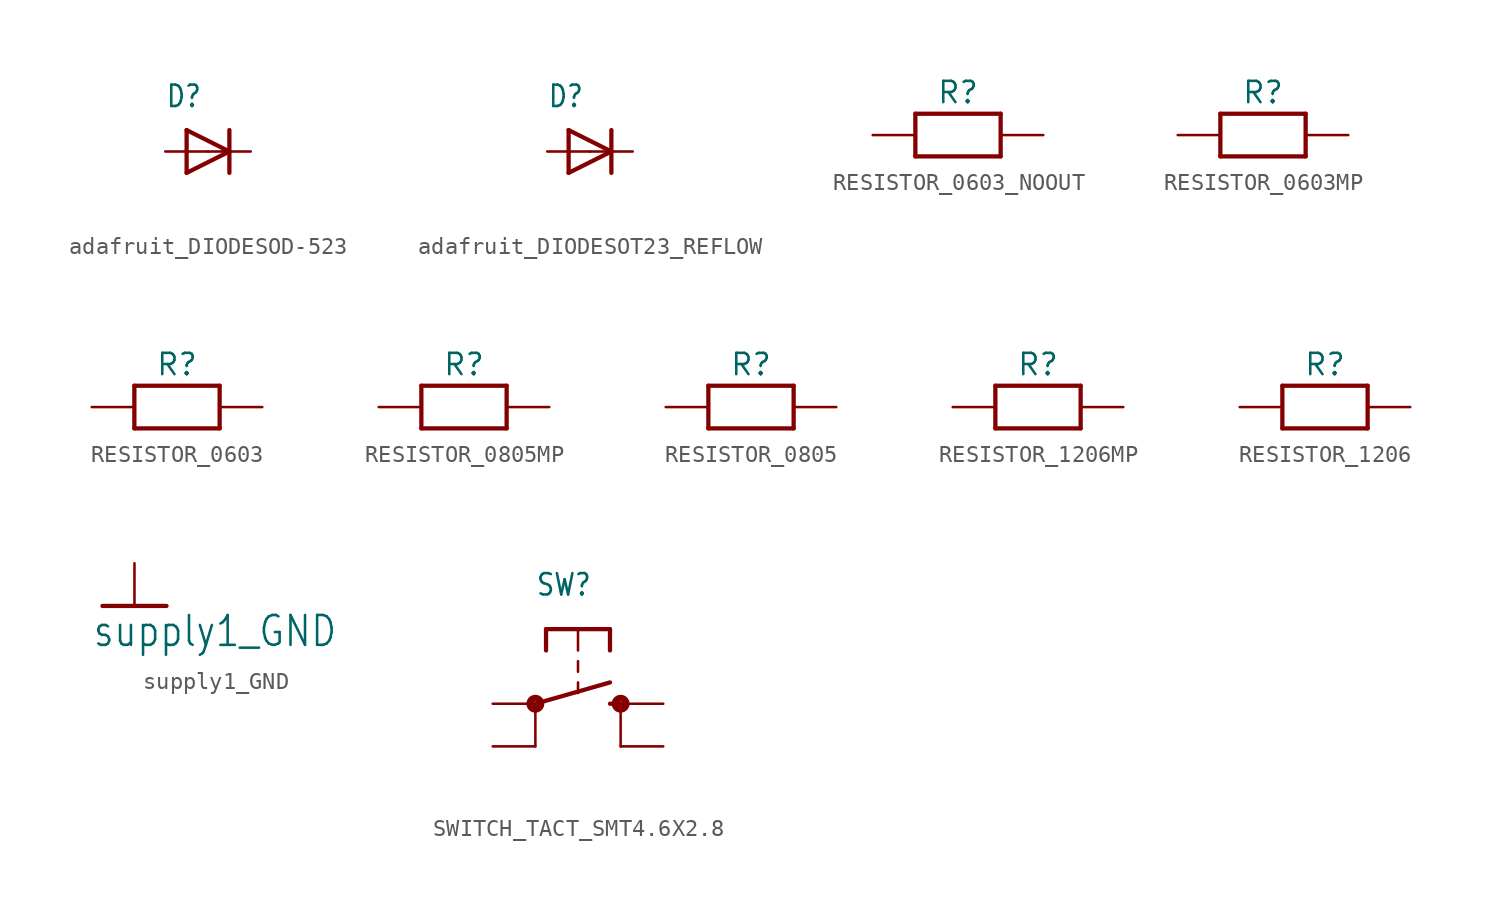
<source format=kicad_sym>
(kicad_symbol_lib
  (version 20220914)
  (generator kicad_symbol_editor)
  (symbol "adafruit_DIODESOD-523"
    (property "Reference" "D"
      (at -2.54 2.54 0)
      (effects (font (size 1.27 1.079)) (justify left bottom)))
    (property "Value" ""
      (at -2.54 -3.81 0)
      (effects (font (size 1.27 1.079)) (justify left bottom)))
    (property "ki_locked" ""
      (at 0 0 0)
      (effects (font (size 1.27 1.27))))
    (symbol "adafruit_DIODESOD-523_1_0"
      (polyline (pts (xy -1.27 -1.27) (xy 1.27 0)) (stroke (width 0.254) (type solid)) (fill (type none)))
      (polyline (pts (xy -1.27 1.27) (xy -1.27 -1.27)) (stroke (width 0.254) (type solid)) (fill (type none)))
      (polyline (pts (xy 1.27 0) (xy -1.27 1.27)) (stroke (width 0.254) (type solid)) (fill (type none)))
      (polyline (pts (xy 1.27 0) (xy 1.27 -1.27)) (stroke (width 0.254) (type solid)) (fill (type none)))
      (polyline (pts (xy 1.27 1.27) (xy 1.27 0)) (stroke (width 0.254) (type solid)) (fill (type none)))
      (pin passive line (at -2.54 0 0) (length 2.54) (name "A" (effects (font (size 0 0)))) (number "A" (effects (font (size 0 0)))))
      (pin passive line (at 2.54 0 180) (length 2.54) (name "C" (effects (font (size 0 0)))) (number "K" (effects (font (size 0 0)))))))
  (symbol "adafruit_DIODESOT23_REFLOW"
    (property "Reference" "D"
      (at -2.54 2.54 0)
      (effects (font (size 1.27 1.079)) (justify left bottom)))
    (property "Value" ""
      (at -2.54 -3.81 0)
      (effects (font (size 1.27 1.079)) (justify left bottom)))
    (property "ki_locked" ""
      (at 0 0 0)
      (effects (font (size 1.27 1.27))))
    (symbol "adafruit_DIODESOT23_REFLOW_1_0"
      (polyline (pts (xy -1.27 -1.27) (xy 1.27 0)) (stroke (width 0.254) (type solid)) (fill (type none)))
      (polyline (pts (xy -1.27 1.27) (xy -1.27 -1.27)) (stroke (width 0.254) (type solid)) (fill (type none)))
      (polyline (pts (xy 1.27 0) (xy -1.27 1.27)) (stroke (width 0.254) (type solid)) (fill (type none)))
      (polyline (pts (xy 1.27 0) (xy 1.27 -1.27)) (stroke (width 0.254) (type solid)) (fill (type none)))
      (polyline (pts (xy 1.27 1.27) (xy 1.27 0)) (stroke (width 0.254) (type solid)) (fill (type none)))
      (pin passive line (at -2.54 0 0) (length 2.54) (name "A" (effects (font (size 0 0)))) (number "1" (effects (font (size 0 0)))))
      (pin passive line (at 2.54 0 180) (length 2.54) (name "C" (effects (font (size 0 0)))) (number "3" (effects (font (size 0 0)))))))
  (symbol "RESISTOR_0603_NOOUT"
    (property "Reference" "R"
      (at 0 2.54 0)
      (effects (font (size 1.27 1.27))))
    (property "Value" ""
      (at 0 0 0)
      (effects (font (size 1.016 1.016) bold)))
    (property "ki_locked" ""
      (at 0 0 0)
      (effects (font (size 1.27 1.27))))
    (symbol "RESISTOR_0603_NOOUT_1_0"
      (polyline (pts (xy -2.54 -1.27) (xy -2.54 1.27)) (stroke (width 0.254) (type solid)) (fill (type none)))
      (polyline (pts (xy -2.54 1.27) (xy 2.54 1.27)) (stroke (width 0.254) (type solid)) (fill (type none)))
      (polyline (pts (xy 2.54 -1.27) (xy -2.54 -1.27)) (stroke (width 0.254) (type solid)) (fill (type none)))
      (polyline (pts (xy 2.54 1.27) (xy 2.54 -1.27)) (stroke (width 0.254) (type solid)) (fill (type none)))
      (pin passive line (at -5.08 0 0) (length 2.54) (name "1" (effects (font (size 0 0)))) (number "1" (effects (font (size 0 0)))))
      (pin passive line (at 5.08 0 180) (length 2.54) (name "2" (effects (font (size 0 0)))) (number "2" (effects (font (size 0 0)))))))
  (symbol "RESISTOR_0603MP"
    (property "Reference" "R"
      (at 0 2.54 0)
      (effects (font (size 1.27 1.27))))
    (property "Value" ""
      (at 0 0 0)
      (effects (font (size 1.016 1.016) bold)))
    (property "ki_locked" ""
      (at 0 0 0)
      (effects (font (size 1.27 1.27))))
    (symbol "RESISTOR_0603MP_1_0"
      (polyline (pts (xy -2.54 -1.27) (xy -2.54 1.27)) (stroke (width 0.254) (type solid)) (fill (type none)))
      (polyline (pts (xy -2.54 1.27) (xy 2.54 1.27)) (stroke (width 0.254) (type solid)) (fill (type none)))
      (polyline (pts (xy 2.54 -1.27) (xy -2.54 -1.27)) (stroke (width 0.254) (type solid)) (fill (type none)))
      (polyline (pts (xy 2.54 1.27) (xy 2.54 -1.27)) (stroke (width 0.254) (type solid)) (fill (type none)))
      (pin passive line (at -5.08 0 0) (length 2.54) (name "1" (effects (font (size 0 0)))) (number "1" (effects (font (size 0 0)))))
      (pin passive line (at 5.08 0 180) (length 2.54) (name "2" (effects (font (size 0 0)))) (number "2" (effects (font (size 0 0)))))))
  (symbol "RESISTOR_0603"
    (property "Reference" "R"
      (at 0 2.54 0)
      (effects (font (size 1.27 1.27))))
    (property "Value" ""
      (at 0 0 0)
      (effects (font (size 1.016 1.016) bold)))
    (property "ki_locked" ""
      (at 0 0 0)
      (effects (font (size 1.27 1.27))))
    (symbol "RESISTOR_0603_1_0"
      (polyline (pts (xy -2.54 -1.27) (xy -2.54 1.27)) (stroke (width 0.254) (type solid)) (fill (type none)))
      (polyline (pts (xy -2.54 1.27) (xy 2.54 1.27)) (stroke (width 0.254) (type solid)) (fill (type none)))
      (polyline (pts (xy 2.54 -1.27) (xy -2.54 -1.27)) (stroke (width 0.254) (type solid)) (fill (type none)))
      (polyline (pts (xy 2.54 1.27) (xy 2.54 -1.27)) (stroke (width 0.254) (type solid)) (fill (type none)))
      (pin passive line (at -5.08 0 0) (length 2.54) (name "1" (effects (font (size 0 0)))) (number "1" (effects (font (size 0 0)))))
      (pin passive line (at 5.08 0 180) (length 2.54) (name "2" (effects (font (size 0 0)))) (number "2" (effects (font (size 0 0)))))))
  (symbol "RESISTOR_0805MP"
    (property "Reference" "R"
      (at 0 2.54 0)
      (effects (font (size 1.27 1.27))))
    (property "Value" ""
      (at 0 0 0)
      (effects (font (size 1.016 1.016) bold)))
    (property "ki_locked" ""
      (at 0 0 0)
      (effects (font (size 1.27 1.27))))
    (symbol "RESISTOR_0805MP_1_0"
      (polyline (pts (xy -2.54 -1.27) (xy -2.54 1.27)) (stroke (width 0.254) (type solid)) (fill (type none)))
      (polyline (pts (xy -2.54 1.27) (xy 2.54 1.27)) (stroke (width 0.254) (type solid)) (fill (type none)))
      (polyline (pts (xy 2.54 -1.27) (xy -2.54 -1.27)) (stroke (width 0.254) (type solid)) (fill (type none)))
      (polyline (pts (xy 2.54 1.27) (xy 2.54 -1.27)) (stroke (width 0.254) (type solid)) (fill (type none)))
      (pin passive line (at -5.08 0 0) (length 2.54) (name "1" (effects (font (size 0 0)))) (number "1" (effects (font (size 0 0)))))
      (pin passive line (at 5.08 0 180) (length 2.54) (name "2" (effects (font (size 0 0)))) (number "2" (effects (font (size 0 0)))))))
  (symbol "RESISTOR_0805"
    (property "Reference" "R"
      (at 0 2.54 0)
      (effects (font (size 1.27 1.27))))
    (property "Value" ""
      (at 0 0 0)
      (effects (font (size 1.016 1.016) bold)))
    (property "ki_locked" ""
      (at 0 0 0)
      (effects (font (size 1.27 1.27))))
    (symbol "RESISTOR_0805_1_0"
      (polyline (pts (xy -2.54 -1.27) (xy -2.54 1.27)) (stroke (width 0.254) (type solid)) (fill (type none)))
      (polyline (pts (xy -2.54 1.27) (xy 2.54 1.27)) (stroke (width 0.254) (type solid)) (fill (type none)))
      (polyline (pts (xy 2.54 -1.27) (xy -2.54 -1.27)) (stroke (width 0.254) (type solid)) (fill (type none)))
      (polyline (pts (xy 2.54 1.27) (xy 2.54 -1.27)) (stroke (width 0.254) (type solid)) (fill (type none)))
      (pin passive line (at -5.08 0 0) (length 2.54) (name "1" (effects (font (size 0 0)))) (number "1" (effects (font (size 0 0)))))
      (pin passive line (at 5.08 0 180) (length 2.54) (name "2" (effects (font (size 0 0)))) (number "2" (effects (font (size 0 0)))))))
  (symbol "RESISTOR_1206MP"
    (property "Reference" "R"
      (at 0 2.54 0)
      (effects (font (size 1.27 1.27))))
    (property "Value" ""
      (at 0 0 0)
      (effects (font (size 1.016 1.016) bold)))
    (property "ki_locked" ""
      (at 0 0 0)
      (effects (font (size 1.27 1.27))))
    (symbol "RESISTOR_1206MP_1_0"
      (polyline (pts (xy -2.54 -1.27) (xy -2.54 1.27)) (stroke (width 0.254) (type solid)) (fill (type none)))
      (polyline (pts (xy -2.54 1.27) (xy 2.54 1.27)) (stroke (width 0.254) (type solid)) (fill (type none)))
      (polyline (pts (xy 2.54 -1.27) (xy -2.54 -1.27)) (stroke (width 0.254) (type solid)) (fill (type none)))
      (polyline (pts (xy 2.54 1.27) (xy 2.54 -1.27)) (stroke (width 0.254) (type solid)) (fill (type none)))
      (pin passive line (at -5.08 0 0) (length 2.54) (name "1" (effects (font (size 0 0)))) (number "1" (effects (font (size 0 0)))))
      (pin passive line (at 5.08 0 180) (length 2.54) (name "2" (effects (font (size 0 0)))) (number "2" (effects (font (size 0 0)))))))
  (symbol "RESISTOR_1206"
    (property "Reference" "R"
      (at 0 2.54 0)
      (effects (font (size 1.27 1.27))))
    (property "Value" ""
      (at 0 0 0)
      (effects (font (size 1.016 1.016) bold)))
    (property "ki_locked" ""
      (at 0 0 0)
      (effects (font (size 1.27 1.27))))
    (symbol "RESISTOR_1206_1_0"
      (polyline (pts (xy -2.54 -1.27) (xy -2.54 1.27)) (stroke (width 0.254) (type solid)) (fill (type none)))
      (polyline (pts (xy -2.54 1.27) (xy 2.54 1.27)) (stroke (width 0.254) (type solid)) (fill (type none)))
      (polyline (pts (xy 2.54 -1.27) (xy -2.54 -1.27)) (stroke (width 0.254) (type solid)) (fill (type none)))
      (polyline (pts (xy 2.54 1.27) (xy 2.54 -1.27)) (stroke (width 0.254) (type solid)) (fill (type none)))
      (pin passive line (at -5.08 0 0) (length 2.54) (name "1" (effects (font (size 0 0)))) (number "1" (effects (font (size 0 0)))))
      (pin passive line (at 5.08 0 180) (length 2.54) (name "2" (effects (font (size 0 0)))) (number "2" (effects (font (size 0 0)))))))
  (symbol "supply1_GND"
    (power)
    (property "Reference" "#GND"
      (at 0 0 0)
      (effects (font (size 1.27 1.27)) hide))
    (property "Value" "supply1_GND"
      (at -2.54 -2.54 0)
      (effects (font (size 1.778 1.511)) (justify left bottom)))
    (property "ki_locked" ""
      (at 0 0 0)
      (effects (font (size 1.27 1.27))))
    (symbol "supply1_GND_1_0"
      (polyline (pts (xy -1.905 0) (xy 1.905 0)) (stroke (width 0.254) (type solid)) (fill (type none)))
      (pin power_in line (at 0 2.54 270) (length 2.54) (name "GND" (effects (font (size 0 0)))) (number "1" (effects (font (size 0 0)))))))
  (symbol "SWITCH_TACT_SMT4.6X2.8"
    (property "Reference" "SW"
      (at -2.54 6.35 0)
      (effects (font (size 1.27 1.079)) (justify left bottom)))
    (property "Value" ""
      (at -2.54 -5.08 0)
      (effects (font (size 1.27 1.079)) (justify left bottom)))
    (property "ki_locked" ""
      (at 0 0 0)
      (effects (font (size 1.27 1.27))))
    (symbol "SWITCH_TACT_SMT4.6X2.8_1_0"
      (circle (center -2.54 0) (radius 0.127) (stroke (width 0.406) (type solid)) (fill (type none)))
      (polyline (pts (xy -2.54 -2.54) (xy -2.54 0)) (stroke (width 0.152) (type solid)) (fill (type none)))
      (polyline (pts (xy -2.54 0) (xy 1.905 1.27)) (stroke (width 0.254) (type solid)) (fill (type none)))
      (polyline (pts (xy -1.905 4.445) (xy -1.905 3.175)) (stroke (width 0.254) (type solid)) (fill (type none)))
      (polyline (pts (xy 0 1.27) (xy 0 0.635)) (stroke (width 0.152) (type solid)) (fill (type none)))
      (polyline (pts (xy 0 2.54) (xy 0 1.905)) (stroke (width 0.152) (type solid)) (fill (type none)))
      (polyline (pts (xy 0 4.445) (xy -1.905 4.445)) (stroke (width 0.254) (type solid)) (fill (type none)))
      (polyline (pts (xy 0 4.445) (xy 0 3.175)) (stroke (width 0.152) (type solid)) (fill (type none)))
      (polyline (pts (xy 1.905 0) (xy 2.54 0)) (stroke (width 0.254) (type solid)) (fill (type none)))
      (polyline (pts (xy 1.905 4.445) (xy 0 4.445)) (stroke (width 0.254) (type solid)) (fill (type none)))
      (polyline (pts (xy 1.905 4.445) (xy 1.905 3.175)) (stroke (width 0.254) (type solid)) (fill (type none)))
      (polyline (pts (xy 2.54 -2.54) (xy 2.54 0)) (stroke (width 0.152) (type solid)) (fill (type none)))
      (circle (center 2.54 0) (radius 0.127) (stroke (width 0.406) (type solid)) (fill (type none)))
      (pin passive line (at -5.08 0 0) (length 2.54) (name "P" (effects (font (size 0 0)))) (number "A" (effects (font (size 0 0)))))
      (pin passive line (at -5.08 -2.54 0) (length 2.54) (name "P1" (effects (font (size 0 0)))) (number "A'" (effects (font (size 0 0)))))
      (pin passive line (at 5.08 0 180) (length 2.54) (name "S" (effects (font (size 0 0)))) (number "B" (effects (font (size 0 0)))))
      (pin passive line (at 5.08 -2.54 180) (length 2.54) (name "S1" (effects (font (size 0 0)))) (number "B'" (effects (font (size 0 0))))))))
</source>
